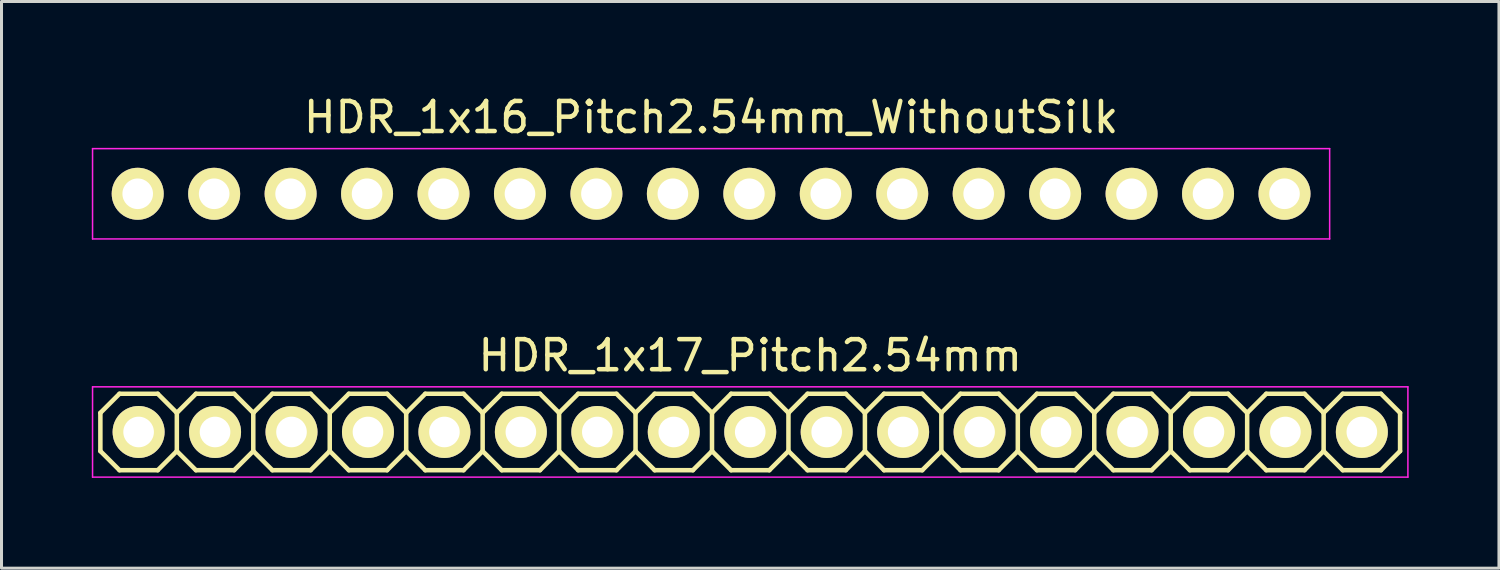
<source format=kicad_pcb>
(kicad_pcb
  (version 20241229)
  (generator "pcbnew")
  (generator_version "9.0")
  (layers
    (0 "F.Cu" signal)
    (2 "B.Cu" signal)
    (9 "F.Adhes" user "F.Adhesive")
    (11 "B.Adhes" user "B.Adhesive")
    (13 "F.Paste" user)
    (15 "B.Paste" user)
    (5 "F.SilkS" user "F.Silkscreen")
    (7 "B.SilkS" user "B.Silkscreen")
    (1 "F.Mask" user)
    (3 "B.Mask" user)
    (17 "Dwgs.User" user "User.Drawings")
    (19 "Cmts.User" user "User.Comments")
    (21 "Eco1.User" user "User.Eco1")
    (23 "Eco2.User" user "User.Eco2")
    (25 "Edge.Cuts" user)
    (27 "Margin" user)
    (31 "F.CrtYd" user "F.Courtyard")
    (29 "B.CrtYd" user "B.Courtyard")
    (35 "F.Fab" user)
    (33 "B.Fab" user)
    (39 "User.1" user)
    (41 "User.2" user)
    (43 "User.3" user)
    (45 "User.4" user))
  (footprint "HDR_1x17_Pitch2.54mm"
    (layer "F.Cu")
    (at 21.875 11.302)
    (property "Reference" "HDR_1x17_Pitch2.54mm" (at 0 -2.54 0) (layer "F.SilkS") (effects (font (size 1 1) (thickness 0.15))))
    (attr through_hole)
    (fp_line (start -21.59 -0.635) (end -21.59 0.635) (stroke (width 0.15) (type solid)) (layer "F.SilkS"))
    (fp_line (start -21.59 0.635) (end -20.955 1.27) (stroke (width 0.15) (type solid)) (layer "F.SilkS"))
    (fp_line (start -20.955 -1.27) (end -21.59 -0.635) (stroke (width 0.15) (type solid)) (layer "F.SilkS"))
    (fp_line (start -20.955 1.27) (end -19.685 1.27) (stroke (width 0.15) (type solid)) (layer "F.SilkS"))
    (fp_line (start -19.685 -1.27) (end -20.955 -1.27) (stroke (width 0.15) (type solid)) (layer "F.SilkS"))
    (fp_line (start -19.685 1.27) (end -19.05 0.635) (stroke (width 0.15) (type solid)) (layer "F.SilkS"))
    (fp_line (start -19.05 -0.635) (end -19.685 -1.27) (stroke (width 0.15) (type solid)) (layer "F.SilkS"))
    (fp_line (start -19.05 -0.635) (end -19.05 0.635) (stroke (width 0.15) (type solid)) (layer "F.SilkS"))
    (fp_line (start -19.05 -0.635) (end -18.415 -1.27) (stroke (width 0.15) (type solid)) (layer "F.SilkS"))
    (fp_line (start -18.415 -1.27) (end -17.145 -1.27) (stroke (width 0.15) (type solid)) (layer "F.SilkS"))
    (fp_line (start -18.415 1.27) (end -19.05 0.635) (stroke (width 0.15) (type solid)) (layer "F.SilkS"))
    (fp_line (start -17.145 -1.27) (end -16.51 -0.635) (stroke (width 0.15) (type solid)) (layer "F.SilkS"))
    (fp_line (start -17.145 1.27) (end -18.415 1.27) (stroke (width 0.15) (type solid)) (layer "F.SilkS"))
    (fp_line (start -16.51 -0.635) (end -16.51 0.635) (stroke (width 0.15) (type solid)) (layer "F.SilkS"))
    (fp_line (start -16.51 -0.635) (end -15.875 -1.27) (stroke (width 0.15) (type solid)) (layer "F.SilkS"))
    (fp_line (start -16.51 0.635) (end -17.145 1.27) (stroke (width 0.15) (type solid)) (layer "F.SilkS"))
    (fp_line (start -15.875 -1.27) (end -14.605 -1.27) (stroke (width 0.15) (type solid)) (layer "F.SilkS"))
    (fp_line (start -15.875 1.27) (end -16.51 0.635) (stroke (width 0.15) (type solid)) (layer "F.SilkS"))
    (fp_line (start -14.605 -1.27) (end -13.97 -0.635) (stroke (width 0.15) (type solid)) (layer "F.SilkS"))
    (fp_line (start -14.605 1.27) (end -15.875 1.27) (stroke (width 0.15) (type solid)) (layer "F.SilkS"))
    (fp_line (start -13.97 -0.635) (end -13.97 0.635) (stroke (width 0.15) (type solid)) (layer "F.SilkS"))
    (fp_line (start -13.97 -0.635) (end -13.335 -1.27) (stroke (width 0.15) (type solid)) (layer "F.SilkS"))
    (fp_line (start -13.97 0.635) (end -14.605 1.27) (stroke (width 0.15) (type solid)) (layer "F.SilkS"))
    (fp_line (start -13.335 -1.27) (end -12.065 -1.27) (stroke (width 0.15) (type solid)) (layer "F.SilkS"))
    (fp_line (start -13.335 1.27) (end -13.97 0.635) (stroke (width 0.15) (type solid)) (layer "F.SilkS"))
    (fp_line (start -12.065 -1.27) (end -11.43 -0.635) (stroke (width 0.15) (type solid)) (layer "F.SilkS"))
    (fp_line (start -12.065 1.27) (end -13.335 1.27) (stroke (width 0.15) (type solid)) (layer "F.SilkS"))
    (fp_line (start -11.43 -0.635) (end -11.43 0.635) (stroke (width 0.15) (type solid)) (layer "F.SilkS"))
    (fp_line (start -11.43 -0.635) (end -10.795 -1.27) (stroke (width 0.15) (type solid)) (layer "F.SilkS"))
    (fp_line (start -11.43 0.635) (end -12.065 1.27) (stroke (width 0.15) (type solid)) (layer "F.SilkS"))
    (fp_line (start -10.795 -1.27) (end -9.525 -1.27) (stroke (width 0.15) (type solid)) (layer "F.SilkS"))
    (fp_line (start -10.795 1.27) (end -11.43 0.635) (stroke (width 0.15) (type solid)) (layer "F.SilkS"))
    (fp_line (start -9.525 -1.27) (end -8.89 -0.635) (stroke (width 0.15) (type solid)) (layer "F.SilkS"))
    (fp_line (start -9.525 1.27) (end -10.795 1.27) (stroke (width 0.15) (type solid)) (layer "F.SilkS"))
    (fp_line (start -8.89 -0.635) (end -8.89 0.635) (stroke (width 0.15) (type solid)) (layer "F.SilkS"))
    (fp_line (start -8.89 -0.635) (end -8.255 -1.27) (stroke (width 0.15) (type solid)) (layer "F.SilkS"))
    (fp_line (start -8.89 0.635) (end -9.525 1.27) (stroke (width 0.15) (type solid)) (layer "F.SilkS"))
    (fp_line (start -8.255 -1.27) (end -6.985 -1.27) (stroke (width 0.15) (type solid)) (layer "F.SilkS"))
    (fp_line (start -8.255 1.27) (end -8.89 0.635) (stroke (width 0.15) (type solid)) (layer "F.SilkS"))
    (fp_line (start -6.985 -1.27) (end -6.35 -0.635) (stroke (width 0.15) (type solid)) (layer "F.SilkS"))
    (fp_line (start -6.985 1.27) (end -8.255 1.27) (stroke (width 0.15) (type solid)) (layer "F.SilkS"))
    (fp_line (start -6.35 -0.635) (end -6.35 0.635) (stroke (width 0.15) (type solid)) (layer "F.SilkS"))
    (fp_line (start -6.35 -0.635) (end -5.715 -1.27) (stroke (width 0.15) (type solid)) (layer "F.SilkS"))
    (fp_line (start -6.35 0.635) (end -6.985 1.27) (stroke (width 0.15) (type solid)) (layer "F.SilkS"))
    (fp_line (start -5.715 -1.27) (end -4.445 -1.27) (stroke (width 0.15) (type solid)) (layer "F.SilkS"))
    (fp_line (start -5.715 1.27) (end -6.35 0.635) (stroke (width 0.15) (type solid)) (layer "F.SilkS"))
    (fp_line (start -4.445 -1.27) (end -3.81 -0.635) (stroke (width 0.15) (type solid)) (layer "F.SilkS"))
    (fp_line (start -4.445 1.27) (end -5.715 1.27) (stroke (width 0.15) (type solid)) (layer "F.SilkS"))
    (fp_line (start -3.81 -0.635) (end -3.81 0.635) (stroke (width 0.15) (type solid)) (layer "F.SilkS"))
    (fp_line (start -3.81 -0.635) (end -3.175 -1.27) (stroke (width 0.15) (type solid)) (layer "F.SilkS"))
    (fp_line (start -3.81 0.635) (end -4.445 1.27) (stroke (width 0.15) (type solid)) (layer "F.SilkS"))
    (fp_line (start -3.175 -1.27) (end -1.905 -1.27) (stroke (width 0.15) (type solid)) (layer "F.SilkS"))
    (fp_line (start -3.175 1.27) (end -3.81 0.635) (stroke (width 0.15) (type solid)) (layer "F.SilkS"))
    (fp_line (start -1.905 -1.27) (end -1.27 -0.635) (stroke (width 0.15) (type solid)) (layer "F.SilkS"))
    (fp_line (start -1.905 1.27) (end -3.175 1.27) (stroke (width 0.15) (type solid)) (layer "F.SilkS"))
    (fp_line (start -1.27 -0.635) (end -1.27 0.635) (stroke (width 0.15) (type solid)) (layer "F.SilkS"))
    (fp_line (start -1.27 -0.635) (end -0.635 -1.27) (stroke (width 0.15) (type solid)) (layer "F.SilkS"))
    (fp_line (start -1.27 0.635) (end -1.905 1.27) (stroke (width 0.15) (type solid)) (layer "F.SilkS"))
    (fp_line (start -0.635 -1.27) (end 0.635 -1.27) (stroke (width 0.15) (type solid)) (layer "F.SilkS"))
    (fp_line (start -0.635 1.27) (end -1.27 0.635) (stroke (width 0.15) (type solid)) (layer "F.SilkS"))
    (fp_line (start 0.635 -1.27) (end 1.27 -0.635) (stroke (width 0.15) (type solid)) (layer "F.SilkS"))
    (fp_line (start 0.635 1.27) (end -0.635 1.27) (stroke (width 0.15) (type solid)) (layer "F.SilkS"))
    (fp_line (start 1.27 -0.635) (end 1.27 0.635) (stroke (width 0.15) (type solid)) (layer "F.SilkS"))
    (fp_line (start 1.27 -0.635) (end 1.905 -1.27) (stroke (width 0.15) (type solid)) (layer "F.SilkS"))
    (fp_line (start 1.27 0.635) (end 0.635 1.27) (stroke (width 0.15) (type solid)) (layer "F.SilkS"))
    (fp_line (start 1.905 -1.27) (end 3.175 -1.27) (stroke (width 0.15) (type solid)) (layer "F.SilkS"))
    (fp_line (start 1.905 1.27) (end 1.27 0.635) (stroke (width 0.15) (type solid)) (layer "F.SilkS"))
    (fp_line (start 3.175 -1.27) (end 3.81 -0.635) (stroke (width 0.15) (type solid)) (layer "F.SilkS"))
    (fp_line (start 3.175 1.27) (end 1.905 1.27) (stroke (width 0.15) (type solid)) (layer "F.SilkS"))
    (fp_line (start 3.81 -0.635) (end 3.81 0.635) (stroke (width 0.15) (type solid)) (layer "F.SilkS"))
    (fp_line (start 3.81 -0.635) (end 4.445 -1.27) (stroke (width 0.15) (type solid)) (layer "F.SilkS"))
    (fp_line (start 3.81 0.635) (end 3.175 1.27) (stroke (width 0.15) (type solid)) (layer "F.SilkS"))
    (fp_line (start 3.81 0.635) (end 4.445 1.27) (stroke (width 0.15) (type solid)) (layer "F.SilkS"))
    (fp_line (start 4.445 -1.27) (end 5.715 -1.27) (stroke (width 0.15) (type solid)) (layer "F.SilkS"))
    (fp_line (start 4.445 1.27) (end 5.715 1.27) (stroke (width 0.15) (type solid)) (layer "F.SilkS"))
    (fp_line (start 5.715 -1.27) (end 6.35 -0.635) (stroke (width 0.15) (type solid)) (layer "F.SilkS"))
    (fp_line (start 5.715 1.27) (end 6.35 0.635) (stroke (width 0.15) (type solid)) (layer "F.SilkS"))
    (fp_line (start 6.35 -0.635) (end 6.35 0.635) (stroke (width 0.15) (type solid)) (layer "F.SilkS"))
    (fp_line (start 6.35 -0.635) (end 6.985 -1.27) (stroke (width 0.15) (type solid)) (layer "F.SilkS"))
    (fp_line (start 6.35 0.635) (end 6.985 1.27) (stroke (width 0.15) (type solid)) (layer "F.SilkS"))
    (fp_line (start 6.985 -1.27) (end 8.255 -1.27) (stroke (width 0.15) (type solid)) (layer "F.SilkS"))
    (fp_line (start 6.985 1.27) (end 8.255 1.27) (stroke (width 0.15) (type solid)) (layer "F.SilkS"))
    (fp_line (start 8.255 -1.27) (end 8.89 -0.635) (stroke (width 0.15) (type solid)) (layer "F.SilkS"))
    (fp_line (start 8.255 1.27) (end 8.89 0.635) (stroke (width 0.15) (type solid)) (layer "F.SilkS"))
    (fp_line (start 8.89 -0.635) (end 8.89 0.635) (stroke (width 0.15) (type solid)) (layer "F.SilkS"))
    (fp_line (start 8.89 -0.635) (end 9.525 -1.27) (stroke (width 0.15) (type solid)) (layer "F.SilkS"))
    (fp_line (start 8.89 0.635) (end 9.525 1.27) (stroke (width 0.15) (type solid)) (layer "F.SilkS"))
    (fp_line (start 9.525 -1.27) (end 10.795 -1.27) (stroke (width 0.15) (type solid)) (layer "F.SilkS"))
    (fp_line (start 9.525 1.27) (end 10.795 1.27) (stroke (width 0.15) (type solid)) (layer "F.SilkS"))
    (fp_line (start 10.795 -1.27) (end 11.43 -0.635) (stroke (width 0.15) (type solid)) (layer "F.SilkS"))
    (fp_line (start 10.795 1.27) (end 11.43 0.635) (stroke (width 0.15) (type solid)) (layer "F.SilkS"))
    (fp_line (start 11.43 -0.635) (end 11.43 0.635) (stroke (width 0.15) (type solid)) (layer "F.SilkS"))
    (fp_line (start 11.43 -0.635) (end 12.065 -1.27) (stroke (width 0.15) (type solid)) (layer "F.SilkS"))
    (fp_line (start 11.43 0.635) (end 12.065 1.27) (stroke (width 0.15) (type solid)) (layer "F.SilkS"))
    (fp_line (start 12.065 -1.27) (end 13.335 -1.27) (stroke (width 0.15) (type solid)) (layer "F.SilkS"))
    (fp_line (start 12.065 1.27) (end 13.335 1.27) (stroke (width 0.15) (type solid)) (layer "F.SilkS"))
    (fp_line (start 13.335 -1.27) (end 13.97 -0.635) (stroke (width 0.15) (type solid)) (layer "F.SilkS"))
    (fp_line (start 13.335 1.27) (end 13.97 0.635) (stroke (width 0.15) (type solid)) (layer "F.SilkS"))
    (fp_line (start 13.97 -0.635) (end 13.97 0.635) (stroke (width 0.15) (type solid)) (layer "F.SilkS"))
    (fp_line (start 13.97 -0.635) (end 14.605 -1.27) (stroke (width 0.15) (type solid)) (layer "F.SilkS"))
    (fp_line (start 14.605 -1.27) (end 15.875 -1.27) (stroke (width 0.15) (type solid)) (layer "F.SilkS"))
    (fp_line (start 14.605 1.27) (end 13.97 0.635) (stroke (width 0.15) (type solid)) (layer "F.SilkS"))
    (fp_line (start 15.875 -1.27) (end 16.51 -0.635) (stroke (width 0.15) (type solid)) (layer "F.SilkS"))
    (fp_line (start 15.875 1.27) (end 14.605 1.27) (stroke (width 0.15) (type solid)) (layer "F.SilkS"))
    (fp_line (start 16.51 -0.635) (end 16.51 0.635) (stroke (width 0.15) (type solid)) (layer "F.SilkS"))
    (fp_line (start 16.51 0.635) (end 15.875 1.27) (stroke (width 0.15) (type solid)) (layer "F.SilkS"))
    (fp_line (start 16.51 0.635) (end 17.145 1.27) (stroke (width 0.15) (type solid)) (layer "F.SilkS"))
    (fp_line (start 17.145 -1.27) (end 16.51 -0.635) (stroke (width 0.15) (type solid)) (layer "F.SilkS"))
    (fp_line (start 17.145 1.27) (end 18.415 1.27) (stroke (width 0.15) (type solid)) (layer "F.SilkS"))
    (fp_line (start 18.415 -1.27) (end 17.145 -1.27) (stroke (width 0.15) (type solid)) (layer "F.SilkS"))
    (fp_line (start 18.415 1.27) (end 19.05 0.635) (stroke (width 0.15) (type solid)) (layer "F.SilkS"))
    (fp_line (start 19.05 -0.635) (end 18.415 -1.27) (stroke (width 0.15) (type solid)) (layer "F.SilkS"))
    (fp_line (start 19.05 -0.635) (end 19.685 -1.27) (stroke (width 0.15) (type solid)) (layer "F.SilkS"))
    (fp_line (start 19.05 0.635) (end 19.05 -0.635) (stroke (width 0.15) (type solid)) (layer "F.SilkS"))
    (fp_line (start 19.685 -1.27) (end 20.955 -1.27) (stroke (width 0.15) (type solid)) (layer "F.SilkS"))
    (fp_line (start 19.685 1.27) (end 19.05 0.635) (stroke (width 0.15) (type solid)) (layer "F.SilkS"))
    (fp_line (start 20.955 -1.27) (end 21.59 -0.635) (stroke (width 0.15) (type solid)) (layer "F.SilkS"))
    (fp_line (start 20.955 1.27) (end 19.685 1.27) (stroke (width 0.15) (type solid)) (layer "F.SilkS"))
    (fp_line (start 21.59 -0.635) (end 21.59 0.635) (stroke (width 0.15) (type solid)) (layer "F.SilkS"))
    (fp_line (start 21.59 0.635) (end 20.955 1.27) (stroke (width 0.15) (type solid)) (layer "F.SilkS"))
    (fp_line (start -21.85 -1.5) (end -21.85 1.5) (stroke (width 0.05) (type solid)) (layer "F.CrtYd"))
    (fp_line (start -21.85 1.5) (end 21.85 1.5) (stroke (width 0.05) (type solid)) (layer "F.CrtYd"))
    (fp_line (start 21.85 -1.5) (end -21.85 -1.5) (stroke (width 0.05) (type solid)) (layer "F.CrtYd"))
    (fp_line (start 21.85 1.5) (end 21.85 -1.5) (stroke (width 0.05) (type solid)) (layer "F.CrtYd"))
    (pad "1" thru_hole oval (at -20.32 0) (size 1.727 1.727) (drill 1.016) (layers "*.Cu" "*.Mask" "F.SilkS"))
    (pad "2" thru_hole oval (at -17.78 0) (size 1.727 1.727) (drill 1.016) (layers "*.Cu" "*.Mask" "F.SilkS"))
    (pad "3" thru_hole oval (at -15.24 0) (size 1.727 1.727) (drill 1.016) (layers "*.Cu" "*.Mask" "F.SilkS"))
    (pad "4" thru_hole oval (at -12.7 0) (size 1.727 1.727) (drill 1.016) (layers "*.Cu" "*.Mask" "F.SilkS"))
    (pad "5" thru_hole oval (at -10.16 0) (size 1.727 1.727) (drill 1.016) (layers "*.Cu" "*.Mask" "F.SilkS"))
    (pad "6" thru_hole oval (at -7.62 0) (size 1.727 1.727) (drill 1.016) (layers "*.Cu" "*.Mask" "F.SilkS"))
    (pad "7" thru_hole oval (at -5.08 0) (size 1.727 1.727) (drill 1.016) (layers "*.Cu" "*.Mask" "F.SilkS"))
    (pad "8" thru_hole oval (at -2.54 0) (size 1.727 1.727) (drill 1.016) (layers "*.Cu" "*.Mask" "F.SilkS"))
    (pad "9" thru_hole oval (at 0 0) (size 1.727 1.727) (drill 1.016) (layers "*.Cu" "*.Mask" "F.SilkS"))
    (pad "10" thru_hole oval (at 2.54 0) (size 1.727 1.727) (drill 1.016) (layers "*.Cu" "*.Mask" "F.SilkS"))
    (pad "11" thru_hole oval (at 5.08 0) (size 1.727 1.727) (drill 1.016) (layers "*.Cu" "*.Mask" "F.SilkS"))
    (pad "12" thru_hole oval (at 7.62 0) (size 1.727 1.727) (drill 1.016) (layers "*.Cu" "*.Mask" "F.SilkS"))
    (pad "13" thru_hole oval (at 10.16 0) (size 1.727 1.727) (drill 1.016) (layers "*.Cu" "*.Mask" "F.SilkS"))
    (pad "14" thru_hole oval (at 12.7 0) (size 1.727 1.727) (drill 1.016) (layers "*.Cu" "*.Mask" "F.SilkS"))
    (pad "15" thru_hole oval (at 15.24 0) (size 1.727 1.727) (drill 1.016) (layers "*.Cu" "*.Mask" "F.SilkS"))
    (pad "16" thru_hole oval (at 17.78 0) (size 1.727 1.727) (drill 1.016) (layers "*.Cu" "*.Mask" "F.SilkS"))
    (pad "17" thru_hole oval (at 20.32 0) (size 1.727 1.727) (drill 1.016) (layers "*.Cu" "*.Mask" "F.SilkS")))
  (footprint "HDR_1x16_Pitch2.54mm_WithoutSilk"
    (layer "F.Cu")
    (at 20.575 3.388)
    (property "Reference" "HDR_1x16_Pitch2.54mm_WithoutSilk" (at 0 -2.54 0) (layer "F.SilkS") (effects (font (size 1 1) (thickness 0.15))))
    (attr through_hole)
    (fp_line (start -20.55 -1.5) (end -20.55 1.5) (stroke (width 0.05) (type solid)) (layer "F.CrtYd"))
    (fp_line (start -20.55 1.5) (end 20.55 1.5) (stroke (width 0.05) (type solid)) (layer "F.CrtYd"))
    (fp_line (start 20.55 -1.5) (end -20.55 -1.5) (stroke (width 0.05) (type solid)) (layer "F.CrtYd"))
    (fp_line (start 20.55 1.5) (end 20.55 -1.5) (stroke (width 0.05) (type solid)) (layer "F.CrtYd"))
    (pad "1" thru_hole oval (at -19.05 0) (size 1.727 1.727) (drill 1.016) (layers "*.Cu" "*.Mask" "F.SilkS"))
    (pad "2" thru_hole oval (at -16.51 0) (size 1.727 1.727) (drill 1.016) (layers "*.Cu" "*.Mask" "F.SilkS"))
    (pad "3" thru_hole oval (at -13.97 0) (size 1.727 1.727) (drill 1.016) (layers "*.Cu" "*.Mask" "F.SilkS"))
    (pad "4" thru_hole oval (at -11.43 0) (size 1.727 1.727) (drill 1.016) (layers "*.Cu" "*.Mask" "F.SilkS"))
    (pad "5" thru_hole oval (at -8.89 0) (size 1.727 1.727) (drill 1.016) (layers "*.Cu" "*.Mask" "F.SilkS"))
    (pad "6" thru_hole oval (at -6.35 0) (size 1.727 1.727) (drill 1.016) (layers "*.Cu" "*.Mask" "F.SilkS"))
    (pad "7" thru_hole oval (at -3.81 0) (size 1.727 1.727) (drill 1.016) (layers "*.Cu" "*.Mask" "F.SilkS"))
    (pad "8" thru_hole oval (at -1.27 0) (size 1.727 1.727) (drill 1.016) (layers "*.Cu" "*.Mask" "F.SilkS"))
    (pad "9" thru_hole oval (at 1.27 0) (size 1.727 1.727) (drill 1.016) (layers "*.Cu" "*.Mask" "F.SilkS"))
    (pad "10" thru_hole oval (at 3.81 0) (size 1.727 1.727) (drill 1.016) (layers "*.Cu" "*.Mask" "F.SilkS"))
    (pad "11" thru_hole oval (at 6.35 0) (size 1.727 1.727) (drill 1.016) (layers "*.Cu" "*.Mask" "F.SilkS"))
    (pad "12" thru_hole oval (at 8.89 0) (size 1.727 1.727) (drill 1.016) (layers "*.Cu" "*.Mask" "F.SilkS"))
    (pad "13" thru_hole oval (at 11.43 0) (size 1.727 1.727) (drill 1.016) (layers "*.Cu" "*.Mask" "F.SilkS"))
    (pad "14" thru_hole oval (at 13.97 0) (size 1.727 1.727) (drill 1.016) (layers "*.Cu" "*.Mask" "F.SilkS"))
    (pad "15" thru_hole oval (at 16.51 0) (size 1.727 1.727) (drill 1.016) (layers "*.Cu" "*.Mask" "F.SilkS"))
    (pad "16" thru_hole oval (at 19.05 0) (size 1.727 1.727) (drill 1.016) (layers "*.Cu" "*.Mask" "F.SilkS")))
  (gr_rect
    (start -3 -3)
    (end 46.75 15.826)
    (stroke (width 0.1) (type default))
    (fill no)
    (layer "Edge.Cuts")))
</source>
